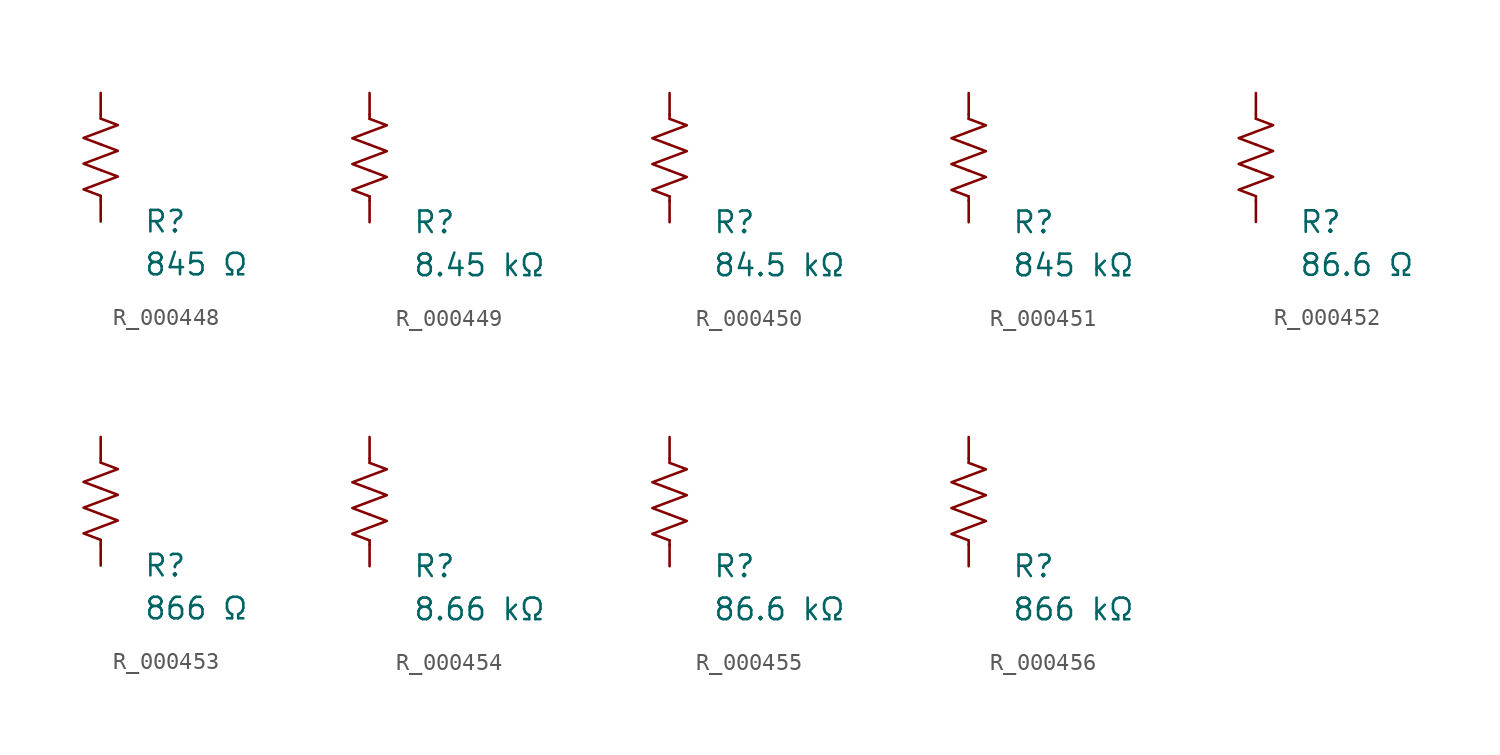
<source format=kicad_sym>
(kicad_symbol_lib
  (version 20231120)
  (generator "kicad_symbol_editor")
  (generator_version "8.0")
  (symbol "R_000448"
    (pin_numbers hide)
    (pin_names
      (offset 0))
    (property "Reference" "R"
      (at 2.54 -3.81 0)
      (effects (font (size 1.27 1.27)) (justify left))
      (show_name no))
    (property "Value" "845 Ω"
      (at 2.54 -6.35 0)
      (effects (font (size 1.27 1.27)) (justify left))
      (show_name no))
    (symbol "R_000448_0_1"
      (polyline (pts (xy 0 -2.286) (xy 0 -2.54)) (stroke (width 0) (type default)) (fill (type none)))
      (polyline (pts (xy 0 2.286) (xy 0 2.54)) (stroke (width 0) (type default)) (fill (type none)))
      (polyline (pts (xy 0 -0.762) (xy 1.016 -1.143) (xy 0 -1.524) (xy -1.016 -1.905) (xy 0 -2.286)) (stroke (width 0) (type default)) (fill (type none)))
      (polyline (pts (xy 0 0.762) (xy 1.016 0.381) (xy 0 0) (xy -1.016 -0.381) (xy 0 -0.762)) (stroke (width 0) (type default)) (fill (type none)))
      (polyline (pts (xy 0 2.286) (xy 1.016 1.905) (xy 0 1.524) (xy -1.016 1.143) (xy 0 0.762)) (stroke (width 0) (type default)) (fill (type none))))
    (symbol "R_000448_1_1"
      (pin passive line (at 0 3.81 270) (length 1.27) (name "~" (effects (font (size 1.27 1.27)))) (number "1" (effects (font (size 1.27 1.27)))))
      (pin passive line (at 0 -3.81 90) (length 1.27) (name "~" (effects (font (size 1.27 1.27)))) (number "2" (effects (font (size 1.27 1.27)))))))
  (symbol "R_000449"
    (pin_numbers hide)
    (pin_names
      (offset 0))
    (property "Reference" "R"
      (at 2.54 -3.81 0)
      (effects (font (size 1.27 1.27)) (justify left))
      (show_name no))
    (property "Value" "8.45 kΩ"
      (at 2.54 -6.35 0)
      (effects (font (size 1.27 1.27)) (justify left))
      (show_name no))
    (symbol "R_000449_0_1"
      (polyline (pts (xy 0 -2.286) (xy 0 -2.54)) (stroke (width 0) (type default)) (fill (type none)))
      (polyline (pts (xy 0 2.286) (xy 0 2.54)) (stroke (width 0) (type default)) (fill (type none)))
      (polyline (pts (xy 0 -0.762) (xy 1.016 -1.143) (xy 0 -1.524) (xy -1.016 -1.905) (xy 0 -2.286)) (stroke (width 0) (type default)) (fill (type none)))
      (polyline (pts (xy 0 0.762) (xy 1.016 0.381) (xy 0 0) (xy -1.016 -0.381) (xy 0 -0.762)) (stroke (width 0) (type default)) (fill (type none)))
      (polyline (pts (xy 0 2.286) (xy 1.016 1.905) (xy 0 1.524) (xy -1.016 1.143) (xy 0 0.762)) (stroke (width 0) (type default)) (fill (type none))))
    (symbol "R_000449_1_1"
      (pin passive line (at 0 3.81 270) (length 1.27) (name "~" (effects (font (size 1.27 1.27)))) (number "1" (effects (font (size 1.27 1.27)))))
      (pin passive line (at 0 -3.81 90) (length 1.27) (name "~" (effects (font (size 1.27 1.27)))) (number "2" (effects (font (size 1.27 1.27)))))))
  (symbol "R_000450"
    (pin_numbers hide)
    (pin_names
      (offset 0))
    (property "Reference" "R"
      (at 2.54 -3.81 0)
      (effects (font (size 1.27 1.27)) (justify left))
      (show_name no))
    (property "Value" "84.5 kΩ"
      (at 2.54 -6.35 0)
      (effects (font (size 1.27 1.27)) (justify left))
      (show_name no))
    (symbol "R_000450_0_1"
      (polyline (pts (xy 0 -2.286) (xy 0 -2.54)) (stroke (width 0) (type default)) (fill (type none)))
      (polyline (pts (xy 0 2.286) (xy 0 2.54)) (stroke (width 0) (type default)) (fill (type none)))
      (polyline (pts (xy 0 -0.762) (xy 1.016 -1.143) (xy 0 -1.524) (xy -1.016 -1.905) (xy 0 -2.286)) (stroke (width 0) (type default)) (fill (type none)))
      (polyline (pts (xy 0 0.762) (xy 1.016 0.381) (xy 0 0) (xy -1.016 -0.381) (xy 0 -0.762)) (stroke (width 0) (type default)) (fill (type none)))
      (polyline (pts (xy 0 2.286) (xy 1.016 1.905) (xy 0 1.524) (xy -1.016 1.143) (xy 0 0.762)) (stroke (width 0) (type default)) (fill (type none))))
    (symbol "R_000450_1_1"
      (pin passive line (at 0 3.81 270) (length 1.27) (name "~" (effects (font (size 1.27 1.27)))) (number "1" (effects (font (size 1.27 1.27)))))
      (pin passive line (at 0 -3.81 90) (length 1.27) (name "~" (effects (font (size 1.27 1.27)))) (number "2" (effects (font (size 1.27 1.27)))))))
  (symbol "R_000451"
    (pin_numbers hide)
    (pin_names
      (offset 0))
    (property "Reference" "R"
      (at 2.54 -3.81 0)
      (effects (font (size 1.27 1.27)) (justify left))
      (show_name no))
    (property "Value" "845 kΩ"
      (at 2.54 -6.35 0)
      (effects (font (size 1.27 1.27)) (justify left))
      (show_name no))
    (symbol "R_000451_0_1"
      (polyline (pts (xy 0 -2.286) (xy 0 -2.54)) (stroke (width 0) (type default)) (fill (type none)))
      (polyline (pts (xy 0 2.286) (xy 0 2.54)) (stroke (width 0) (type default)) (fill (type none)))
      (polyline (pts (xy 0 -0.762) (xy 1.016 -1.143) (xy 0 -1.524) (xy -1.016 -1.905) (xy 0 -2.286)) (stroke (width 0) (type default)) (fill (type none)))
      (polyline (pts (xy 0 0.762) (xy 1.016 0.381) (xy 0 0) (xy -1.016 -0.381) (xy 0 -0.762)) (stroke (width 0) (type default)) (fill (type none)))
      (polyline (pts (xy 0 2.286) (xy 1.016 1.905) (xy 0 1.524) (xy -1.016 1.143) (xy 0 0.762)) (stroke (width 0) (type default)) (fill (type none))))
    (symbol "R_000451_1_1"
      (pin passive line (at 0 3.81 270) (length 1.27) (name "~" (effects (font (size 1.27 1.27)))) (number "1" (effects (font (size 1.27 1.27)))))
      (pin passive line (at 0 -3.81 90) (length 1.27) (name "~" (effects (font (size 1.27 1.27)))) (number "2" (effects (font (size 1.27 1.27)))))))
  (symbol "R_000452"
    (pin_numbers hide)
    (pin_names
      (offset 0))
    (property "Reference" "R"
      (at 2.54 -3.81 0)
      (effects (font (size 1.27 1.27)) (justify left))
      (show_name no))
    (property "Value" "86.6 Ω"
      (at 2.54 -6.35 0)
      (effects (font (size 1.27 1.27)) (justify left))
      (show_name no))
    (symbol "R_000452_0_1"
      (polyline (pts (xy 0 -2.286) (xy 0 -2.54)) (stroke (width 0) (type default)) (fill (type none)))
      (polyline (pts (xy 0 2.286) (xy 0 2.54)) (stroke (width 0) (type default)) (fill (type none)))
      (polyline (pts (xy 0 -0.762) (xy 1.016 -1.143) (xy 0 -1.524) (xy -1.016 -1.905) (xy 0 -2.286)) (stroke (width 0) (type default)) (fill (type none)))
      (polyline (pts (xy 0 0.762) (xy 1.016 0.381) (xy 0 0) (xy -1.016 -0.381) (xy 0 -0.762)) (stroke (width 0) (type default)) (fill (type none)))
      (polyline (pts (xy 0 2.286) (xy 1.016 1.905) (xy 0 1.524) (xy -1.016 1.143) (xy 0 0.762)) (stroke (width 0) (type default)) (fill (type none))))
    (symbol "R_000452_1_1"
      (pin passive line (at 0 3.81 270) (length 1.27) (name "~" (effects (font (size 1.27 1.27)))) (number "1" (effects (font (size 1.27 1.27)))))
      (pin passive line (at 0 -3.81 90) (length 1.27) (name "~" (effects (font (size 1.27 1.27)))) (number "2" (effects (font (size 1.27 1.27)))))))
  (symbol "R_000453"
    (pin_numbers hide)
    (pin_names
      (offset 0))
    (property "Reference" "R"
      (at 2.54 -3.81 0)
      (effects (font (size 1.27 1.27)) (justify left))
      (show_name no))
    (property "Value" "866 Ω"
      (at 2.54 -6.35 0)
      (effects (font (size 1.27 1.27)) (justify left))
      (show_name no))
    (symbol "R_000453_0_1"
      (polyline (pts (xy 0 -2.286) (xy 0 -2.54)) (stroke (width 0) (type default)) (fill (type none)))
      (polyline (pts (xy 0 2.286) (xy 0 2.54)) (stroke (width 0) (type default)) (fill (type none)))
      (polyline (pts (xy 0 -0.762) (xy 1.016 -1.143) (xy 0 -1.524) (xy -1.016 -1.905) (xy 0 -2.286)) (stroke (width 0) (type default)) (fill (type none)))
      (polyline (pts (xy 0 0.762) (xy 1.016 0.381) (xy 0 0) (xy -1.016 -0.381) (xy 0 -0.762)) (stroke (width 0) (type default)) (fill (type none)))
      (polyline (pts (xy 0 2.286) (xy 1.016 1.905) (xy 0 1.524) (xy -1.016 1.143) (xy 0 0.762)) (stroke (width 0) (type default)) (fill (type none))))
    (symbol "R_000453_1_1"
      (pin passive line (at 0 3.81 270) (length 1.27) (name "~" (effects (font (size 1.27 1.27)))) (number "1" (effects (font (size 1.27 1.27)))))
      (pin passive line (at 0 -3.81 90) (length 1.27) (name "~" (effects (font (size 1.27 1.27)))) (number "2" (effects (font (size 1.27 1.27)))))))
  (symbol "R_000454"
    (pin_numbers hide)
    (pin_names
      (offset 0))
    (property "Reference" "R"
      (at 2.54 -3.81 0)
      (effects (font (size 1.27 1.27)) (justify left))
      (show_name no))
    (property "Value" "8.66 kΩ"
      (at 2.54 -6.35 0)
      (effects (font (size 1.27 1.27)) (justify left))
      (show_name no))
    (symbol "R_000454_0_1"
      (polyline (pts (xy 0 -2.286) (xy 0 -2.54)) (stroke (width 0) (type default)) (fill (type none)))
      (polyline (pts (xy 0 2.286) (xy 0 2.54)) (stroke (width 0) (type default)) (fill (type none)))
      (polyline (pts (xy 0 -0.762) (xy 1.016 -1.143) (xy 0 -1.524) (xy -1.016 -1.905) (xy 0 -2.286)) (stroke (width 0) (type default)) (fill (type none)))
      (polyline (pts (xy 0 0.762) (xy 1.016 0.381) (xy 0 0) (xy -1.016 -0.381) (xy 0 -0.762)) (stroke (width 0) (type default)) (fill (type none)))
      (polyline (pts (xy 0 2.286) (xy 1.016 1.905) (xy 0 1.524) (xy -1.016 1.143) (xy 0 0.762)) (stroke (width 0) (type default)) (fill (type none))))
    (symbol "R_000454_1_1"
      (pin passive line (at 0 3.81 270) (length 1.27) (name "~" (effects (font (size 1.27 1.27)))) (number "1" (effects (font (size 1.27 1.27)))))
      (pin passive line (at 0 -3.81 90) (length 1.27) (name "~" (effects (font (size 1.27 1.27)))) (number "2" (effects (font (size 1.27 1.27)))))))
  (symbol "R_000455"
    (pin_numbers hide)
    (pin_names
      (offset 0))
    (property "Reference" "R"
      (at 2.54 -3.81 0)
      (effects (font (size 1.27 1.27)) (justify left))
      (show_name no))
    (property "Value" "86.6 kΩ"
      (at 2.54 -6.35 0)
      (effects (font (size 1.27 1.27)) (justify left))
      (show_name no))
    (symbol "R_000455_0_1"
      (polyline (pts (xy 0 -2.286) (xy 0 -2.54)) (stroke (width 0) (type default)) (fill (type none)))
      (polyline (pts (xy 0 2.286) (xy 0 2.54)) (stroke (width 0) (type default)) (fill (type none)))
      (polyline (pts (xy 0 -0.762) (xy 1.016 -1.143) (xy 0 -1.524) (xy -1.016 -1.905) (xy 0 -2.286)) (stroke (width 0) (type default)) (fill (type none)))
      (polyline (pts (xy 0 0.762) (xy 1.016 0.381) (xy 0 0) (xy -1.016 -0.381) (xy 0 -0.762)) (stroke (width 0) (type default)) (fill (type none)))
      (polyline (pts (xy 0 2.286) (xy 1.016 1.905) (xy 0 1.524) (xy -1.016 1.143) (xy 0 0.762)) (stroke (width 0) (type default)) (fill (type none))))
    (symbol "R_000455_1_1"
      (pin passive line (at 0 3.81 270) (length 1.27) (name "~" (effects (font (size 1.27 1.27)))) (number "1" (effects (font (size 1.27 1.27)))))
      (pin passive line (at 0 -3.81 90) (length 1.27) (name "~" (effects (font (size 1.27 1.27)))) (number "2" (effects (font (size 1.27 1.27)))))))
  (symbol "R_000456"
    (pin_numbers hide)
    (pin_names
      (offset 0))
    (property "Reference" "R"
      (at 2.54 -3.81 0)
      (effects (font (size 1.27 1.27)) (justify left))
      (show_name no))
    (property "Value" "866 kΩ"
      (at 2.54 -6.35 0)
      (effects (font (size 1.27 1.27)) (justify left))
      (show_name no))
    (symbol "R_000456_0_1"
      (polyline (pts (xy 0 -2.286) (xy 0 -2.54)) (stroke (width 0) (type default)) (fill (type none)))
      (polyline (pts (xy 0 2.286) (xy 0 2.54)) (stroke (width 0) (type default)) (fill (type none)))
      (polyline (pts (xy 0 -0.762) (xy 1.016 -1.143) (xy 0 -1.524) (xy -1.016 -1.905) (xy 0 -2.286)) (stroke (width 0) (type default)) (fill (type none)))
      (polyline (pts (xy 0 0.762) (xy 1.016 0.381) (xy 0 0) (xy -1.016 -0.381) (xy 0 -0.762)) (stroke (width 0) (type default)) (fill (type none)))
      (polyline (pts (xy 0 2.286) (xy 1.016 1.905) (xy 0 1.524) (xy -1.016 1.143) (xy 0 0.762)) (stroke (width 0) (type default)) (fill (type none))))
    (symbol "R_000456_1_1"
      (pin passive line (at 0 3.81 270) (length 1.27) (name "~" (effects (font (size 1.27 1.27)))) (number "1" (effects (font (size 1.27 1.27)))))
      (pin passive line (at 0 -3.81 90) (length 1.27) (name "~" (effects (font (size 1.27 1.27)))) (number "2" (effects (font (size 1.27 1.27))))))))
</source>
